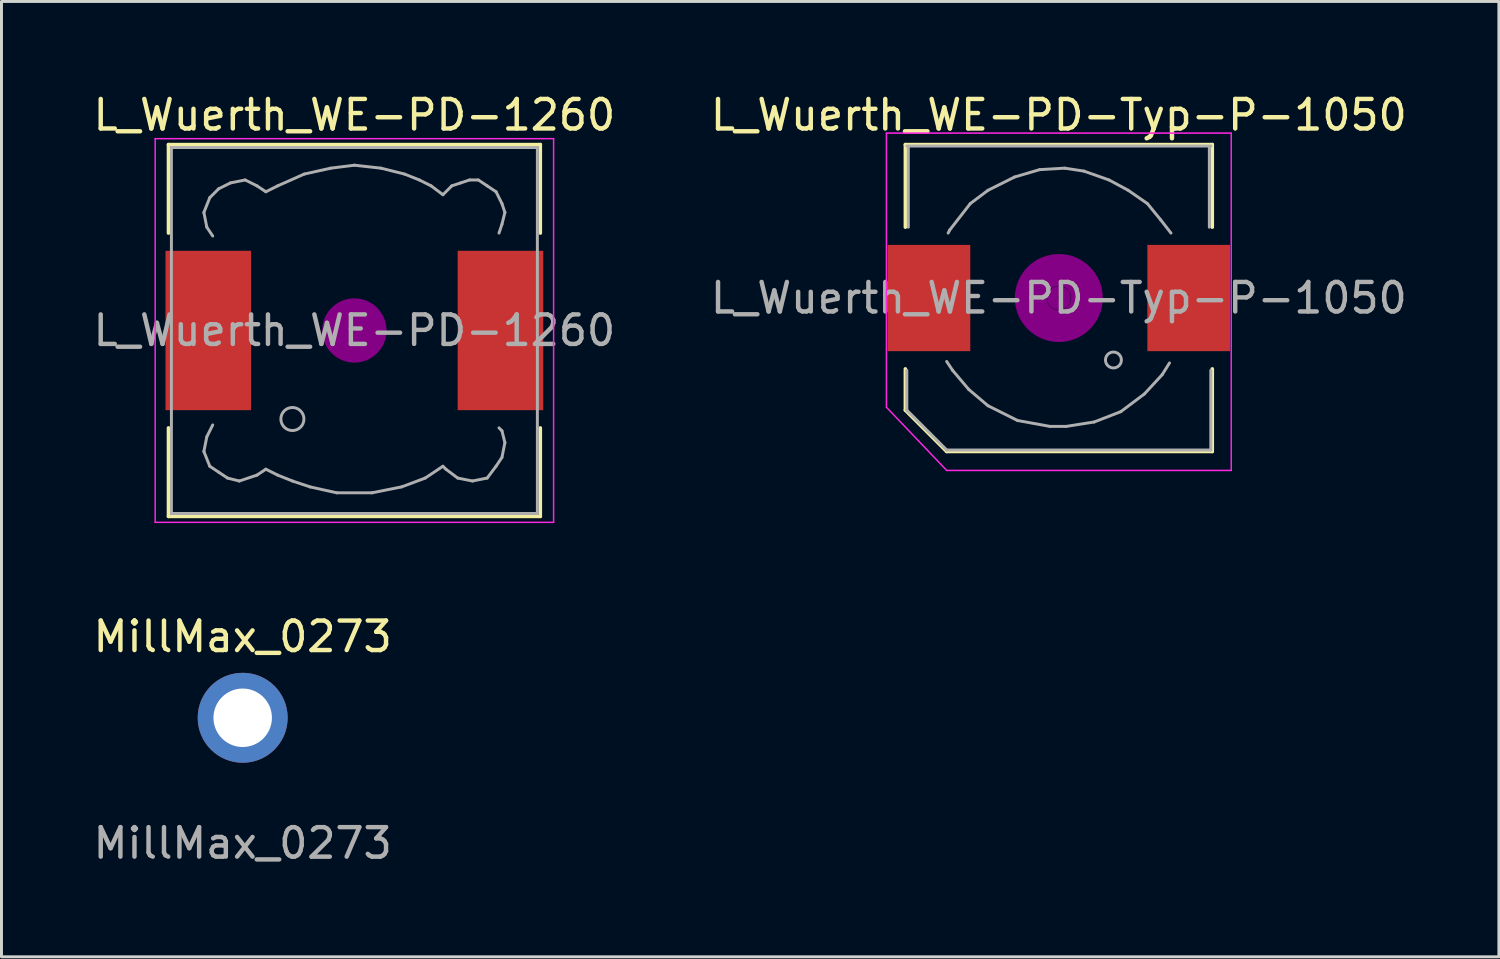
<source format=kicad_pcb>
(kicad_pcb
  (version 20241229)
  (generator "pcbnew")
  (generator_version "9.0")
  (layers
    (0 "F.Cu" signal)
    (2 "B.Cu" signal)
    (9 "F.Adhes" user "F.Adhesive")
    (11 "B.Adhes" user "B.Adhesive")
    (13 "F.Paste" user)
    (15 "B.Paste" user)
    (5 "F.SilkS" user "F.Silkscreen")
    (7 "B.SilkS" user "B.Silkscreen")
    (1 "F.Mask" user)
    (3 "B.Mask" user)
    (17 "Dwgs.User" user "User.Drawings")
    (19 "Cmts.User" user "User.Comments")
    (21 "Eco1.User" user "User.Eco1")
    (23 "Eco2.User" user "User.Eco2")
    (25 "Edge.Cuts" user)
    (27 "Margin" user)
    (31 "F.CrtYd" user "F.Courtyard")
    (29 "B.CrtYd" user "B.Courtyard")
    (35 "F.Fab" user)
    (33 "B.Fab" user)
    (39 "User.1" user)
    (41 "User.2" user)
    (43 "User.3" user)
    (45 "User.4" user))
  (footprint "L_Wuerth_WE-PD-1260"
    (layer "F.Cu")
    (at 8.958 8.148)
    (property "Reference" "L_Wuerth_WE-PD-1260" (at 0 -7.3 0) (layer "F.SilkS") (effects (font (size 1 1) (thickness 0.15))))
    (attr smd)
    (fp_line (start -6.3 -6.3) (end 6.3 -6.3) (stroke (width 0.12) (type solid)) (layer "F.SilkS"))
    (fp_line (start -6.3 -3.3) (end -6.3 -6.3) (stroke (width 0.12) (type solid)) (layer "F.SilkS"))
    (fp_line (start -6.3 6.3) (end -6.3 3.3) (stroke (width 0.12) (type solid)) (layer "F.SilkS"))
    (fp_line (start 6.3 -6.3) (end 6.3 -3.3) (stroke (width 0.12) (type solid)) (layer "F.SilkS"))
    (fp_line (start 6.3 3.3) (end 6.3 6.3) (stroke (width 0.12) (type solid)) (layer "F.SilkS"))
    (fp_line (start 6.3 6.3) (end -6.3 6.3) (stroke (width 0.12) (type solid)) (layer "F.SilkS"))
    (fp_circle (center 0 0) (end 0.15 0.15) (stroke (width 0.38) (type solid)) (fill no) (layer "F.Adhes"))
    (fp_circle (center 0 0) (end 0.55 0) (stroke (width 0.38) (type solid)) (fill no) (layer "F.Adhes"))
    (fp_circle (center 0 0) (end 0.9 0) (stroke (width 0.38) (type solid)) (fill no) (layer "F.Adhes"))
    (fp_line (start -6.75 -6.5) (end 6.75 -6.5) (stroke (width 0.05) (type solid)) (layer "F.CrtYd"))
    (fp_line (start -6.75 6.5) (end -6.75 -6.5) (stroke (width 0.05) (type solid)) (layer "F.CrtYd"))
    (fp_line (start 6.75 -6.5) (end 6.75 6.5) (stroke (width 0.05) (type solid)) (layer "F.CrtYd"))
    (fp_line (start 6.75 6.5) (end -6.75 6.5) (stroke (width 0.05) (type solid)) (layer "F.CrtYd"))
    (fp_line (start -6.2 -6.2) (end -6.2 6.2) (stroke (width 0.1) (type solid)) (layer "F.Fab"))
    (fp_line (start -6.2 6.2) (end 6.2 6.2) (stroke (width 0.1) (type solid)) (layer "F.Fab"))
    (fp_line (start -5.1 -4) (end -5 -3.5) (stroke (width 0.1) (type solid)) (layer "F.Fab"))
    (fp_line (start -5.1 4.1) (end -5 3.6) (stroke (width 0.1) (type solid)) (layer "F.Fab"))
    (fp_line (start -5 -3.5) (end -4.8 -3.2) (stroke (width 0.1) (type solid)) (layer "F.Fab"))
    (fp_line (start -5 3.6) (end -4.8 3.2) (stroke (width 0.1) (type solid)) (layer "F.Fab"))
    (fp_line (start -4.9 -4.5) (end -5.1 -4) (stroke (width 0.1) (type solid)) (layer "F.Fab"))
    (fp_line (start -4.9 4.6) (end -5.1 4.1) (stroke (width 0.1) (type solid)) (layer "F.Fab"))
    (fp_line (start -4.6 -4.8) (end -4.9 -4.5) (stroke (width 0.1) (type solid)) (layer "F.Fab"))
    (fp_line (start -4.6 4.8) (end -4.9 4.6) (stroke (width 0.1) (type solid)) (layer "F.Fab"))
    (fp_line (start -4.3 5) (end -4.6 4.8) (stroke (width 0.1) (type solid)) (layer "F.Fab"))
    (fp_line (start -4.2 -5) (end -4.6 -4.8) (stroke (width 0.1) (type solid)) (layer "F.Fab"))
    (fp_line (start -3.9 5.1) (end -4.3 5) (stroke (width 0.1) (type solid)) (layer "F.Fab"))
    (fp_line (start -3.7 -5.1) (end -4.2 -5) (stroke (width 0.1) (type solid)) (layer "F.Fab"))
    (fp_line (start -3.3 -4.9) (end -3.7 -5.1) (stroke (width 0.1) (type solid)) (layer "F.Fab"))
    (fp_line (start -3.3 4.9) (end -3.9 5.1) (stroke (width 0.1) (type solid)) (layer "F.Fab"))
    (fp_line (start -3 -4.7) (end -3.3 -4.9) (stroke (width 0.1) (type solid)) (layer "F.Fab"))
    (fp_line (start -3 4.7) (end -3.3 4.9) (stroke (width 0.1) (type solid)) (layer "F.Fab"))
    (fp_line (start -2.6 -4.9) (end -3 -4.7) (stroke (width 0.1) (type solid)) (layer "F.Fab"))
    (fp_line (start -2.6 4.9) (end -3 4.7) (stroke (width 0.1) (type solid)) (layer "F.Fab"))
    (fp_line (start -2.1 5.1) (end -2.6 4.9) (stroke (width 0.1) (type solid)) (layer "F.Fab"))
    (fp_line (start -1.7 -5.3) (end -2.6 -4.9) (stroke (width 0.1) (type solid)) (layer "F.Fab"))
    (fp_line (start -1.5 5.3) (end -2.1 5.1) (stroke (width 0.1) (type solid)) (layer "F.Fab"))
    (fp_line (start -0.8 -5.5) (end -1.7 -5.3) (stroke (width 0.1) (type solid)) (layer "F.Fab"))
    (fp_line (start -0.6 5.5) (end -1.5 5.3) (stroke (width 0.1) (type solid)) (layer "F.Fab"))
    (fp_line (start 0 -5.6) (end -0.8 -5.5) (stroke (width 0.1) (type solid)) (layer "F.Fab"))
    (fp_line (start 0.6 5.5) (end -0.6 5.5) (stroke (width 0.1) (type solid)) (layer "F.Fab"))
    (fp_line (start 0.9 -5.5) (end 0 -5.6) (stroke (width 0.1) (type solid)) (layer "F.Fab"))
    (fp_line (start 1.6 5.3) (end 0.6 5.5) (stroke (width 0.1) (type solid)) (layer "F.Fab"))
    (fp_line (start 1.7 -5.3) (end 0.9 -5.5) (stroke (width 0.1) (type solid)) (layer "F.Fab"))
    (fp_line (start 2.2 -5.1) (end 1.7 -5.3) (stroke (width 0.1) (type solid)) (layer "F.Fab"))
    (fp_line (start 2.4 5) (end 1.6 5.3) (stroke (width 0.1) (type solid)) (layer "F.Fab"))
    (fp_line (start 2.6 -4.9) (end 2.2 -5.1) (stroke (width 0.1) (type solid)) (layer "F.Fab"))
    (fp_line (start 3 -4.6) (end 2.6 -4.9) (stroke (width 0.1) (type solid)) (layer "F.Fab"))
    (fp_line (start 3 4.6) (end 2.4 5) (stroke (width 0.1) (type solid)) (layer "F.Fab"))
    (fp_line (start 3.1 4.7) (end 3 4.6) (stroke (width 0.1) (type solid)) (layer "F.Fab"))
    (fp_line (start 3.3 -4.9) (end 3 -4.6) (stroke (width 0.1) (type solid)) (layer "F.Fab"))
    (fp_line (start 3.5 5) (end 3.1 4.7) (stroke (width 0.1) (type solid)) (layer "F.Fab"))
    (fp_line (start 3.6 -5) (end 3.3 -4.9) (stroke (width 0.1) (type solid)) (layer "F.Fab"))
    (fp_line (start 3.9 -5.1) (end 3.6 -5) (stroke (width 0.1) (type solid)) (layer "F.Fab"))
    (fp_line (start 4 5.1) (end 3.5 5) (stroke (width 0.1) (type solid)) (layer "F.Fab"))
    (fp_line (start 4.2 -5.1) (end 3.9 -5.1) (stroke (width 0.1) (type solid)) (layer "F.Fab"))
    (fp_line (start 4.5 -4.9) (end 4.2 -5.1) (stroke (width 0.1) (type solid)) (layer "F.Fab"))
    (fp_line (start 4.5 5) (end 4 5.1) (stroke (width 0.1) (type solid)) (layer "F.Fab"))
    (fp_line (start 4.8 -4.7) (end 4.5 -4.9) (stroke (width 0.1) (type solid)) (layer "F.Fab"))
    (fp_line (start 4.8 4.6) (end 4.5 5) (stroke (width 0.1) (type solid)) (layer "F.Fab"))
    (fp_line (start 4.9 -3.3) (end 5 -3.6) (stroke (width 0.1) (type solid)) (layer "F.Fab"))
    (fp_line (start 4.9 3.3) (end 5 3.4) (stroke (width 0.1) (type solid)) (layer "F.Fab"))
    (fp_line (start 5 -4.3) (end 4.8 -4.7) (stroke (width 0.1) (type solid)) (layer "F.Fab"))
    (fp_line (start 5 -3.6) (end 5.1 -4) (stroke (width 0.1) (type solid)) (layer "F.Fab"))
    (fp_line (start 5 3.4) (end 5.1 3.8) (stroke (width 0.1) (type solid)) (layer "F.Fab"))
    (fp_line (start 5 4.3) (end 4.8 4.6) (stroke (width 0.1) (type solid)) (layer "F.Fab"))
    (fp_line (start 5.1 -4) (end 5 -4.3) (stroke (width 0.1) (type solid)) (layer "F.Fab"))
    (fp_line (start 5.1 3.8) (end 5 4.3) (stroke (width 0.1) (type solid)) (layer "F.Fab"))
    (fp_line (start 6.2 -6.2) (end -6.2 -6.2) (stroke (width 0.1) (type solid)) (layer "F.Fab"))
    (fp_line (start 6.2 6.2) (end 6.2 -6.2) (stroke (width 0.1) (type solid)) (layer "F.Fab"))
    (fp_circle (center -2.1 3) (end -1.8 3.25) (stroke (width 0.1) (type solid)) (fill no) (layer "F.Fab"))
    (fp_text user "${REFERENCE}" (at 0 0 0) (layer "F.Fab") (effects (font (size 1 1) (thickness 0.15))))
    (pad "1" smd rect (at -4.95 0) (size 2.9 5.4) (layers "F.Cu" "F.Mask" "F.Paste"))
    (pad "2" smd rect (at 4.95 0) (size 2.9 5.4) (layers "F.Cu" "F.Mask" "F.Paste")))
  (footprint "L_Wuerth_WE-PD-Typ-P-1050"
    (layer "F.Cu")
    (at 32.827 7.048)
    (property "Reference" "L_Wuerth_WE-PD-Typ-P-1050" (at 0 -6.2 0) (layer "F.SilkS") (effects (font (size 1 1) (thickness 0.15))))
    (attr smd)
    (fp_line (start -5.2 -5.2) (end 5.2 -5.2) (stroke (width 0.12) (type solid)) (layer "F.SilkS"))
    (fp_line (start -5.2 -2.4) (end -5.2 -5.2) (stroke (width 0.12) (type solid)) (layer "F.SilkS"))
    (fp_line (start -5.2 3.8) (end -5.2 2.4) (stroke (width 0.12) (type solid)) (layer "F.SilkS"))
    (fp_line (start -3.8 5.2) (end -5.2 3.8) (stroke (width 0.12) (type solid)) (layer "F.SilkS"))
    (fp_line (start 5.2 -5.2) (end 5.2 -2.4) (stroke (width 0.12) (type solid)) (layer "F.SilkS"))
    (fp_line (start 5.2 2.4) (end 5.2 5.2) (stroke (width 0.12) (type solid)) (layer "F.SilkS"))
    (fp_line (start 5.2 5.2) (end -3.8 5.2) (stroke (width 0.12) (type solid)) (layer "F.SilkS"))
    (fp_circle (center 0 0) (end 0.15 0.15) (stroke (width 0.38) (type solid)) (fill no) (layer "F.Adhes"))
    (fp_circle (center 0 0) (end 0.6 0.05) (stroke (width 0.38) (type solid)) (fill no) (layer "F.Adhes"))
    (fp_circle (center 0 0) (end 0.95 0) (stroke (width 0.38) (type solid)) (fill no) (layer "F.Adhes"))
    (fp_circle (center 0 0) (end 1.3 0.05) (stroke (width 0.38) (type solid)) (fill no) (layer "F.Adhes"))
    (fp_line (start -5.842 -5.588) (end 5.842 -5.588) (stroke (width 0.05) (type solid)) (layer "F.CrtYd"))
    (fp_line (start -5.842 3.7) (end -5.842 -5.588) (stroke (width 0.05) (type solid)) (layer "F.CrtYd"))
    (fp_line (start -3.8 5.842) (end -5.842 3.7) (stroke (width 0.05) (type solid)) (layer "F.CrtYd"))
    (fp_line (start 5.842 -5.588) (end 5.842 5.842) (stroke (width 0.05) (type solid)) (layer "F.CrtYd"))
    (fp_line (start 5.842 5.842) (end -3.8 5.842) (stroke (width 0.05) (type solid)) (layer "F.CrtYd"))
    (fp_line (start -5.15 2.45) (end -5.15 3.8) (stroke (width 0.1) (type solid)) (layer "F.Fab"))
    (fp_line (start -5.15 3.8) (end -3.8 5.15) (stroke (width 0.1) (type solid)) (layer "F.Fab"))
    (fp_line (start -5.1 -5.1) (end -5.1 -2.4) (stroke (width 0.1) (type solid)) (layer "F.Fab"))
    (fp_line (start -3.8 2.15) (end -3.6 2.45) (stroke (width 0.1) (type solid)) (layer "F.Fab"))
    (fp_line (start -3.7 -2.3) (end -3.75 -2.2) (stroke (width 0.1) (type solid)) (layer "F.Fab"))
    (fp_line (start -3.6 2.45) (end -3.05 3.1) (stroke (width 0.1) (type solid)) (layer "F.Fab"))
    (fp_line (start -3.05 3.1) (end -2.4 3.65) (stroke (width 0.1) (type solid)) (layer "F.Fab"))
    (fp_line (start -3 -3.2) (end -3.7 -2.3) (stroke (width 0.1) (type solid)) (layer "F.Fab"))
    (fp_line (start -2.4 -3.65) (end -3 -3.2) (stroke (width 0.1) (type solid)) (layer "F.Fab"))
    (fp_line (start -2.4 3.65) (end -1.4 4.15) (stroke (width 0.1) (type solid)) (layer "F.Fab"))
    (fp_line (start -1.5 -4.1) (end -2.4 -3.65) (stroke (width 0.1) (type solid)) (layer "F.Fab"))
    (fp_line (start -1.4 4.15) (end -0.3 4.35) (stroke (width 0.1) (type solid)) (layer "F.Fab"))
    (fp_line (start -0.65 -4.35) (end -1.5 -4.1) (stroke (width 0.1) (type solid)) (layer "F.Fab"))
    (fp_line (start -0.3 4.35) (end 0.25 4.35) (stroke (width 0.1) (type solid)) (layer "F.Fab"))
    (fp_line (start 0.2 -4.4) (end -0.65 -4.35) (stroke (width 0.1) (type solid)) (layer "F.Fab"))
    (fp_line (start 0.25 4.35) (end 1.2 4.2) (stroke (width 0.1) (type solid)) (layer "F.Fab"))
    (fp_line (start 0.85 -4.3) (end 0.2 -4.4) (stroke (width 0.1) (type solid)) (layer "F.Fab"))
    (fp_line (start 1.2 4.2) (end 2.1 3.85) (stroke (width 0.1) (type solid)) (layer "F.Fab"))
    (fp_line (start 1.7 -4) (end 0.85 -4.3) (stroke (width 0.1) (type solid)) (layer "F.Fab"))
    (fp_line (start 2.1 3.85) (end 2.9 3.25) (stroke (width 0.1) (type solid)) (layer "F.Fab"))
    (fp_line (start 2.35 -3.65) (end 1.7 -4) (stroke (width 0.1) (type solid)) (layer "F.Fab"))
    (fp_line (start 2.9 3.25) (end 3.5 2.6) (stroke (width 0.1) (type solid)) (layer "F.Fab"))
    (fp_line (start 3 -3.2) (end 2.35 -3.65) (stroke (width 0.1) (type solid)) (layer "F.Fab"))
    (fp_line (start 3.45 -2.65) (end 3 -3.2) (stroke (width 0.1) (type solid)) (layer "F.Fab"))
    (fp_line (start 3.5 2.6) (end 3.75 2.2) (stroke (width 0.1) (type solid)) (layer "F.Fab"))
    (fp_line (start 3.8 -2.2) (end 3.45 -2.65) (stroke (width 0.1) (type solid)) (layer "F.Fab"))
    (fp_line (start 5.1 -5.1) (end 5.1 -2.4) (stroke (width 0.1) (type solid)) (layer "F.Fab"))
    (fp_line (start 5.15 -5.15) (end -5.15 -5.15) (stroke (width 0.1) (type solid)) (layer "F.Fab"))
    (fp_line (start 5.15 5.15) (end -3.8 5.15) (stroke (width 0.1) (type solid)) (layer "F.Fab"))
    (fp_line (start 5.15 5.15) (end 5.15 2.45) (stroke (width 0.1) (type solid)) (layer "F.Fab"))
    (fp_circle (center 1.85 2.1) (end 2.1 2.2) (stroke (width 0.1) (type solid)) (fill no) (layer "F.Fab"))
    (fp_text user "${REFERENCE}" (at 0 0 0) (layer "F.Fab") (effects (font (size 1 1) (thickness 0.15))))
    (pad "1" smd rect (at -4.4 0) (size 2.8 3.6) (layers "F.Cu" "F.Mask" "F.Paste"))
    (pad "2" smd rect (at 4.4 0) (size 2.8 3.6) (layers "F.Cu" "F.Mask" "F.Paste")))
  (footprint "MillMax_0273"
    (layer "F.Cu")
    (at 5.173 21.271)
    (property "Reference" "MillMax_0273" (at 0 -2.75 0) (unlocked yes) (layer "F.SilkS") (effects (font (size 1 1) (thickness 0.15))))
    (fp_text user "${REFERENCE}" (at 0 4.25 0) (unlocked yes) (layer "F.Fab") (effects (font (size 1 1) (thickness 0.15))))
    (pad "1" thru_hole circle (at 0 0) (size 3.048 3.048) (drill 1.981) (layers "*.Cu" "*.Mask")))
  (gr_rect
    (start -3 -3)
    (end 47.738 29.37)
    (stroke (width 0.1) (type default))
    (fill no)
    (layer "Edge.Cuts")))
</source>
